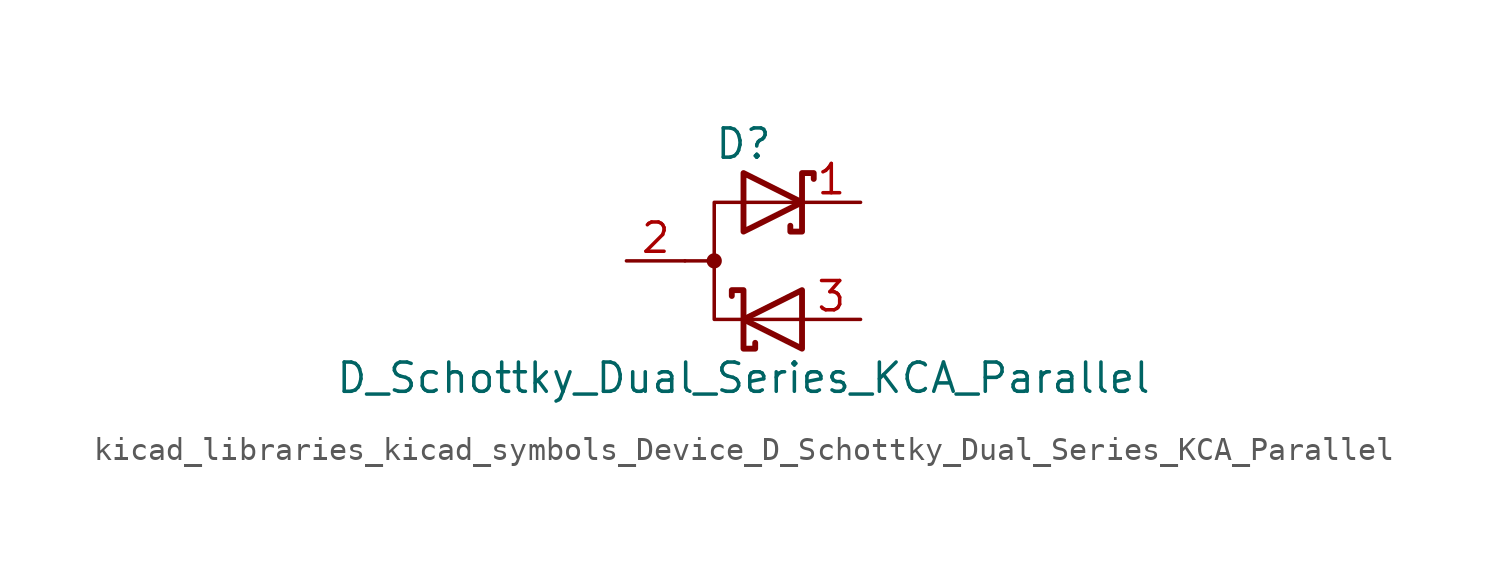
<source format=kicad_sym>
(kicad_symbol_lib
  (version 20220914)
  (generator kicad_symbol_editor)
  (symbol "kicad_libraries_kicad_symbols_Device_D_Schottky_Dual_Series_KCA_Parallel"
    (pin_names
      (offset 0.762) hide)
    (property "Reference" "D"
      (at 0 5.08 0)
      (effects (font (size 1.27 1.27))))
    (property "Value" "D_Schottky_Dual_Series_KCA_Parallel"
      (at 0 -5.08 0)
      (effects (font (size 1.27 1.27))))
    (symbol "kicad_libraries_kicad_symbols_Device_D_Schottky_Dual_Series_KCA_Parallel_0_1"
      (circle (center -1.27 0) (radius 0.254) (stroke (width 0) (type default)) (fill (type outline)))
      (polyline (pts (xy -1.27 0) (xy -2.54 0)) (stroke (width 0) (type default)) (fill (type none)))
      (polyline (pts (xy 2.54 2.54) (xy -1.27 2.54) (xy -1.27 -2.54) (xy 2.54 -2.54)) (stroke (width 0) (type default)) (fill (type none)))
      (polyline (pts (xy -0.508 -1.524) (xy -0.508 -1.27) (xy 0 -1.27) (xy 0 -3.81) (xy 0.508 -3.81) (xy 0.508 -3.556)) (stroke (width 0.254) (type default)) (fill (type none)))
      (polyline (pts (xy 0 3.81) (xy 2.54 2.54) (xy 0 1.27) (xy 0 3.81) (xy 0 3.81) (xy 0 3.81)) (stroke (width 0.254) (type default)) (fill (type none)))
      (polyline (pts (xy 2.54 -1.27) (xy 0 -2.54) (xy 2.54 -3.81) (xy 2.54 -1.27) (xy 2.54 -1.27) (xy 2.54 -1.27)) (stroke (width 0.254) (type default)) (fill (type none)))
      (polyline (pts (xy 3.048 3.556) (xy 3.048 3.81) (xy 2.54 3.81) (xy 2.54 1.27) (xy 2.032 1.27) (xy 2.032 1.524)) (stroke (width 0.254) (type default)) (fill (type none)))
      (pin passive line (at 5.08 2.54 180) (length 2.54) (name "K" (effects (font (size 1.27 1.27)))) (number "1" (effects (font (size 1.27 1.27)))))
      (pin passive line (at -5.08 0 0) (length 2.54) (name "A" (effects (font (size 1.27 1.27)))) (number "2" (effects (font (size 1.27 1.27)))))
      (pin passive line (at 5.08 -2.54 180) (length 2.54) (name "K" (effects (font (size 1.27 1.27)))) (number "3" (effects (font (size 1.27 1.27))))))))
</source>
